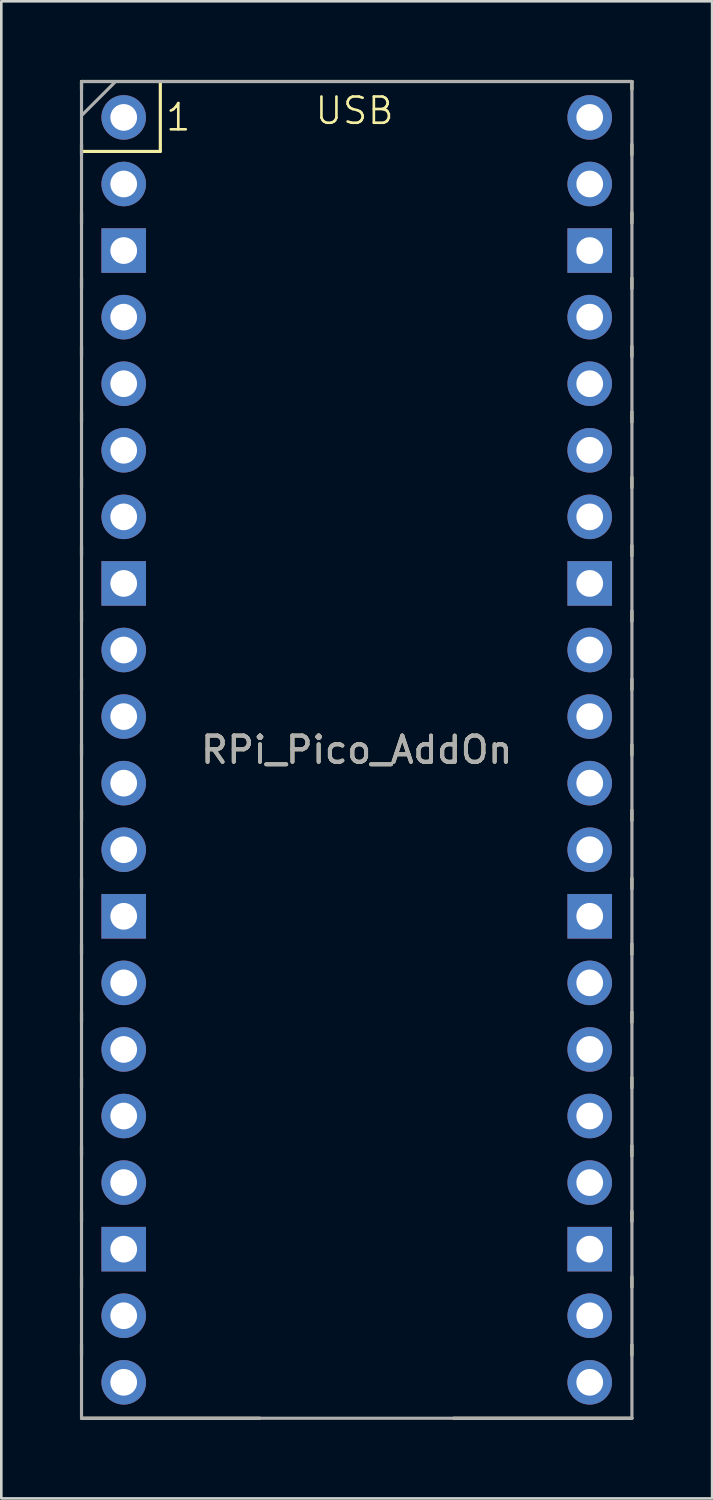
<source format=kicad_pcb>
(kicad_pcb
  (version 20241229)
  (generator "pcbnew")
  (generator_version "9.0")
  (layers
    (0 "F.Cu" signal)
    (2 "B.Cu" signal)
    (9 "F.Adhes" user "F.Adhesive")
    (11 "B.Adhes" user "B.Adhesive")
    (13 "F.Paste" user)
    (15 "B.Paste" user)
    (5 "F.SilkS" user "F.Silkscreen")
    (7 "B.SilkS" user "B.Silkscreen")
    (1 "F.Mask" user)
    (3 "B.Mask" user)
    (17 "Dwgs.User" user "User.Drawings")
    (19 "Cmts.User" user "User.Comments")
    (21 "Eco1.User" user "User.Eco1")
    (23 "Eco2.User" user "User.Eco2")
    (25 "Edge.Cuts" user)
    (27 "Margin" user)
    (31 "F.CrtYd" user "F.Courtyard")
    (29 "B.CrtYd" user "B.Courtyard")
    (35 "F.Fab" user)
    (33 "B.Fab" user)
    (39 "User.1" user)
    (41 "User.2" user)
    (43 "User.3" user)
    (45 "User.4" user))
  (footprint "RPi_Pico_AddOn"
    (layer "F.Cu")
    (at 10.56 25.56)
    (property "Reference" "RPi_Pico_AddOn" (at 0 0 0) (layer "F.SilkS") (effects (font (size 1 1) (thickness 0.15))))
    (attr through_hole)
    (fp_line (start -10.5 -25.5) (end -10.5 -25.2) (stroke (width 0.12) (type solid)) (layer "F.SilkS"))
    (fp_line (start -10.5 -25.5) (end 10.5 -25.5) (stroke (width 0.12) (type solid)) (layer "F.SilkS"))
    (fp_line (start -10.5 -23.1) (end -10.5 -22.7) (stroke (width 0.12) (type solid)) (layer "F.SilkS"))
    (fp_line (start -10.5 -22.833) (end -7.493 -22.833) (stroke (width 0.12) (type solid)) (layer "F.SilkS"))
    (fp_line (start -10.5 -20.5) (end -10.5 -20.1) (stroke (width 0.12) (type solid)) (layer "F.SilkS"))
    (fp_line (start -10.5 -18) (end -10.5 -17.6) (stroke (width 0.12) (type solid)) (layer "F.SilkS"))
    (fp_line (start -10.5 -15.4) (end -10.5 -15) (stroke (width 0.12) (type solid)) (layer "F.SilkS"))
    (fp_line (start -10.5 -12.9) (end -10.5 -12.5) (stroke (width 0.12) (type solid)) (layer "F.SilkS"))
    (fp_line (start -10.5 -10.4) (end -10.5 -10) (stroke (width 0.12) (type solid)) (layer "F.SilkS"))
    (fp_line (start -10.5 -7.8) (end -10.5 -7.4) (stroke (width 0.12) (type solid)) (layer "F.SilkS"))
    (fp_line (start -10.5 -5.3) (end -10.5 -4.9) (stroke (width 0.12) (type solid)) (layer "F.SilkS"))
    (fp_line (start -10.5 -2.7) (end -10.5 -2.3) (stroke (width 0.12) (type solid)) (layer "F.SilkS"))
    (fp_line (start -10.5 -0.2) (end -10.5 0.2) (stroke (width 0.12) (type solid)) (layer "F.SilkS"))
    (fp_line (start -10.5 2.3) (end -10.5 2.7) (stroke (width 0.12) (type solid)) (layer "F.SilkS"))
    (fp_line (start -10.5 4.9) (end -10.5 5.3) (stroke (width 0.12) (type solid)) (layer "F.SilkS"))
    (fp_line (start -10.5 7.4) (end -10.5 7.8) (stroke (width 0.12) (type solid)) (layer "F.SilkS"))
    (fp_line (start -10.5 10) (end -10.5 10.4) (stroke (width 0.12) (type solid)) (layer "F.SilkS"))
    (fp_line (start -10.5 12.5) (end -10.5 12.9) (stroke (width 0.12) (type solid)) (layer "F.SilkS"))
    (fp_line (start -10.5 15.1) (end -10.5 15.5) (stroke (width 0.12) (type solid)) (layer "F.SilkS"))
    (fp_line (start -10.5 17.6) (end -10.5 18) (stroke (width 0.12) (type solid)) (layer "F.SilkS"))
    (fp_line (start -10.5 20.1) (end -10.5 20.5) (stroke (width 0.12) (type solid)) (layer "F.SilkS"))
    (fp_line (start -10.5 22.7) (end -10.5 23.1) (stroke (width 0.12) (type solid)) (layer "F.SilkS"))
    (fp_line (start -7.493 -22.833) (end -7.493 -25.5) (stroke (width 0.12) (type solid)) (layer "F.SilkS"))
    (fp_line (start -3.7 25.5) (end -10.5 25.5) (stroke (width 0.12) (type solid)) (layer "F.SilkS"))
    (fp_line (start 10.5 -25.5) (end 10.5 -25.2) (stroke (width 0.12) (type solid)) (layer "F.SilkS"))
    (fp_line (start 10.5 -23.1) (end 10.5 -22.7) (stroke (width 0.12) (type solid)) (layer "F.SilkS"))
    (fp_line (start 10.5 -20.5) (end 10.5 -20.1) (stroke (width 0.12) (type solid)) (layer "F.SilkS"))
    (fp_line (start 10.5 -18) (end 10.5 -17.6) (stroke (width 0.12) (type solid)) (layer "F.SilkS"))
    (fp_line (start 10.5 -15.4) (end 10.5 -15) (stroke (width 0.12) (type solid)) (layer "F.SilkS"))
    (fp_line (start 10.5 -12.9) (end 10.5 -12.5) (stroke (width 0.12) (type solid)) (layer "F.SilkS"))
    (fp_line (start 10.5 -10.4) (end 10.5 -10) (stroke (width 0.12) (type solid)) (layer "F.SilkS"))
    (fp_line (start 10.5 -7.8) (end 10.5 -7.4) (stroke (width 0.12) (type solid)) (layer "F.SilkS"))
    (fp_line (start 10.5 -5.3) (end 10.5 -4.9) (stroke (width 0.12) (type solid)) (layer "F.SilkS"))
    (fp_line (start 10.5 -2.7) (end 10.5 -2.3) (stroke (width 0.12) (type solid)) (layer "F.SilkS"))
    (fp_line (start 10.5 -0.2) (end 10.5 0.2) (stroke (width 0.12) (type solid)) (layer "F.SilkS"))
    (fp_line (start 10.5 2.3) (end 10.5 2.7) (stroke (width 0.12) (type solid)) (layer "F.SilkS"))
    (fp_line (start 10.5 4.9) (end 10.5 5.3) (stroke (width 0.12) (type solid)) (layer "F.SilkS"))
    (fp_line (start 10.5 7.4) (end 10.5 7.8) (stroke (width 0.12) (type solid)) (layer "F.SilkS"))
    (fp_line (start 10.5 10) (end 10.5 10.4) (stroke (width 0.12) (type solid)) (layer "F.SilkS"))
    (fp_line (start 10.5 12.5) (end 10.5 12.9) (stroke (width 0.12) (type solid)) (layer "F.SilkS"))
    (fp_line (start 10.5 15.1) (end 10.5 15.5) (stroke (width 0.12) (type solid)) (layer "F.SilkS"))
    (fp_line (start 10.5 17.6) (end 10.5 18) (stroke (width 0.12) (type solid)) (layer "F.SilkS"))
    (fp_line (start 10.5 20.1) (end 10.5 20.5) (stroke (width 0.12) (type solid)) (layer "F.SilkS"))
    (fp_line (start 10.5 22.7) (end 10.5 23.1) (stroke (width 0.12) (type solid)) (layer "F.SilkS"))
    (fp_line (start 10.5 25.5) (end 3.7 25.5) (stroke (width 0.12) (type solid)) (layer "F.SilkS"))
    (fp_line (start -10.5 -25.5) (end 10.5 -25.5) (stroke (width 0.12) (type solid)) (layer "F.Fab"))
    (fp_line (start -10.5 -24.2) (end -9.2 -25.5) (stroke (width 0.12) (type solid)) (layer "F.Fab"))
    (fp_line (start -10.5 25.5) (end -10.5 -25.5) (stroke (width 0.12) (type solid)) (layer "F.Fab"))
    (fp_line (start 10.5 -25.5) (end 10.5 25.5) (stroke (width 0.12) (type solid)) (layer "F.Fab"))
    (fp_line (start 10.5 25.5) (end -10.5 25.5) (stroke (width 0.12) (type solid)) (layer "F.Fab"))
    (fp_text user "1" (at -7.35 -23.55 0) (unlocked yes) (layer "F.SilkS") (effects (font (size 1 1) (thickness 0.1)) (justify left bottom)))
    (fp_text user "USB" (at -1.65 -23.8 0) (unlocked yes) (layer "F.SilkS") (effects (font (size 1 1) (thickness 0.1)) (justify left bottom)))
    (fp_text user "${REFERENCE}" (at 0 0 180) (layer "F.Fab") (effects (font (size 1 1) (thickness 0.15))))
    (pad "1" thru_hole oval (at -8.89 -24.13) (size 1.7 1.7) (drill 1.02) (layers "*.Cu" "*.Mask"))
    (pad "2" thru_hole oval (at -8.89 -21.59) (size 1.7 1.7) (drill 1.02) (layers "*.Cu" "*.Mask"))
    (pad "3" thru_hole rect (at -8.89 -19.05) (size 1.7 1.7) (drill 1.02) (layers "*.Cu" "*.Mask"))
    (pad "4" thru_hole oval (at -8.89 -16.51) (size 1.7 1.7) (drill 1.02) (layers "*.Cu" "*.Mask"))
    (pad "5" thru_hole oval (at -8.89 -13.97) (size 1.7 1.7) (drill 1.02) (layers "*.Cu" "*.Mask"))
    (pad "6" thru_hole oval (at -8.89 -11.43) (size 1.7 1.7) (drill 1.02) (layers "*.Cu" "*.Mask"))
    (pad "7" thru_hole oval (at -8.89 -8.89) (size 1.7 1.7) (drill 1.02) (layers "*.Cu" "*.Mask"))
    (pad "8" thru_hole rect (at -8.89 -6.35) (size 1.7 1.7) (drill 1.02) (layers "*.Cu" "*.Mask"))
    (pad "9" thru_hole oval (at -8.89 -3.81) (size 1.7 1.7) (drill 1.02) (layers "*.Cu" "*.Mask"))
    (pad "10" thru_hole oval (at -8.89 -1.27) (size 1.7 1.7) (drill 1.02) (layers "*.Cu" "*.Mask"))
    (pad "11" thru_hole oval (at -8.89 1.27) (size 1.7 1.7) (drill 1.02) (layers "*.Cu" "*.Mask"))
    (pad "12" thru_hole oval (at -8.89 3.81) (size 1.7 1.7) (drill 1.02) (layers "*.Cu" "*.Mask"))
    (pad "13" thru_hole rect (at -8.89 6.35) (size 1.7 1.7) (drill 1.02) (layers "*.Cu" "*.Mask"))
    (pad "14" thru_hole oval (at -8.89 8.89) (size 1.7 1.7) (drill 1.02) (layers "*.Cu" "*.Mask"))
    (pad "15" thru_hole oval (at -8.89 11.43) (size 1.7 1.7) (drill 1.02) (layers "*.Cu" "*.Mask"))
    (pad "16" thru_hole oval (at -8.89 13.97) (size 1.7 1.7) (drill 1.02) (layers "*.Cu" "*.Mask"))
    (pad "17" thru_hole oval (at -8.89 16.51) (size 1.7 1.7) (drill 1.02) (layers "*.Cu" "*.Mask"))
    (pad "18" thru_hole rect (at -8.89 19.05) (size 1.7 1.7) (drill 1.02) (layers "*.Cu" "*.Mask"))
    (pad "19" thru_hole oval (at -8.89 21.59) (size 1.7 1.7) (drill 1.02) (layers "*.Cu" "*.Mask"))
    (pad "20" thru_hole oval (at -8.89 24.13) (size 1.7 1.7) (drill 1.02) (layers "*.Cu" "*.Mask"))
    (pad "21" thru_hole oval (at 8.89 24.13) (size 1.7 1.7) (drill 1.02) (layers "*.Cu" "*.Mask"))
    (pad "22" thru_hole oval (at 8.89 21.59) (size 1.7 1.7) (drill 1.02) (layers "*.Cu" "*.Mask"))
    (pad "23" thru_hole rect (at 8.89 19.05) (size 1.7 1.7) (drill 1.02) (layers "*.Cu" "*.Mask"))
    (pad "24" thru_hole oval (at 8.89 16.51) (size 1.7 1.7) (drill 1.02) (layers "*.Cu" "*.Mask"))
    (pad "25" thru_hole oval (at 8.89 13.97) (size 1.7 1.7) (drill 1.02) (layers "*.Cu" "*.Mask"))
    (pad "26" thru_hole oval (at 8.89 11.43) (size 1.7 1.7) (drill 1.02) (layers "*.Cu" "*.Mask"))
    (pad "27" thru_hole oval (at 8.89 8.89) (size 1.7 1.7) (drill 1.02) (layers "*.Cu" "*.Mask"))
    (pad "28" thru_hole rect (at 8.89 6.35) (size 1.7 1.7) (drill 1.02) (layers "*.Cu" "*.Mask"))
    (pad "29" thru_hole oval (at 8.89 3.81) (size 1.7 1.7) (drill 1.02) (layers "*.Cu" "*.Mask"))
    (pad "30" thru_hole oval (at 8.89 1.27) (size 1.7 1.7) (drill 1.02) (layers "*.Cu" "*.Mask"))
    (pad "31" thru_hole oval (at 8.89 -1.27) (size 1.7 1.7) (drill 1.02) (layers "*.Cu" "*.Mask"))
    (pad "32" thru_hole oval (at 8.89 -3.81) (size 1.7 1.7) (drill 1.02) (layers "*.Cu" "*.Mask"))
    (pad "33" thru_hole rect (at 8.89 -6.35) (size 1.7 1.7) (drill 1.02) (layers "*.Cu" "*.Mask"))
    (pad "34" thru_hole oval (at 8.89 -8.89) (size 1.7 1.7) (drill 1.02) (layers "*.Cu" "*.Mask"))
    (pad "35" thru_hole oval (at 8.89 -11.43) (size 1.7 1.7) (drill 1.02) (layers "*.Cu" "*.Mask"))
    (pad "36" thru_hole oval (at 8.89 -13.97) (size 1.7 1.7) (drill 1.02) (layers "*.Cu" "*.Mask"))
    (pad "37" thru_hole oval (at 8.89 -16.51) (size 1.7 1.7) (drill 1.02) (layers "*.Cu" "*.Mask"))
    (pad "38" thru_hole rect (at 8.89 -19.05) (size 1.7 1.7) (drill 1.02) (layers "*.Cu" "*.Mask"))
    (pad "39" thru_hole oval (at 8.89 -21.59) (size 1.7 1.7) (drill 1.02) (layers "*.Cu" "*.Mask"))
    (pad "40" thru_hole oval (at 8.89 -24.13) (size 1.7 1.7) (drill 1.02) (layers "*.Cu" "*.Mask")))
  (gr_rect
    (start -3 -3)
    (end 24.12 54.12)
    (stroke (width 0.1) (type default))
    (fill no)
    (layer "Edge.Cuts")))
</source>
